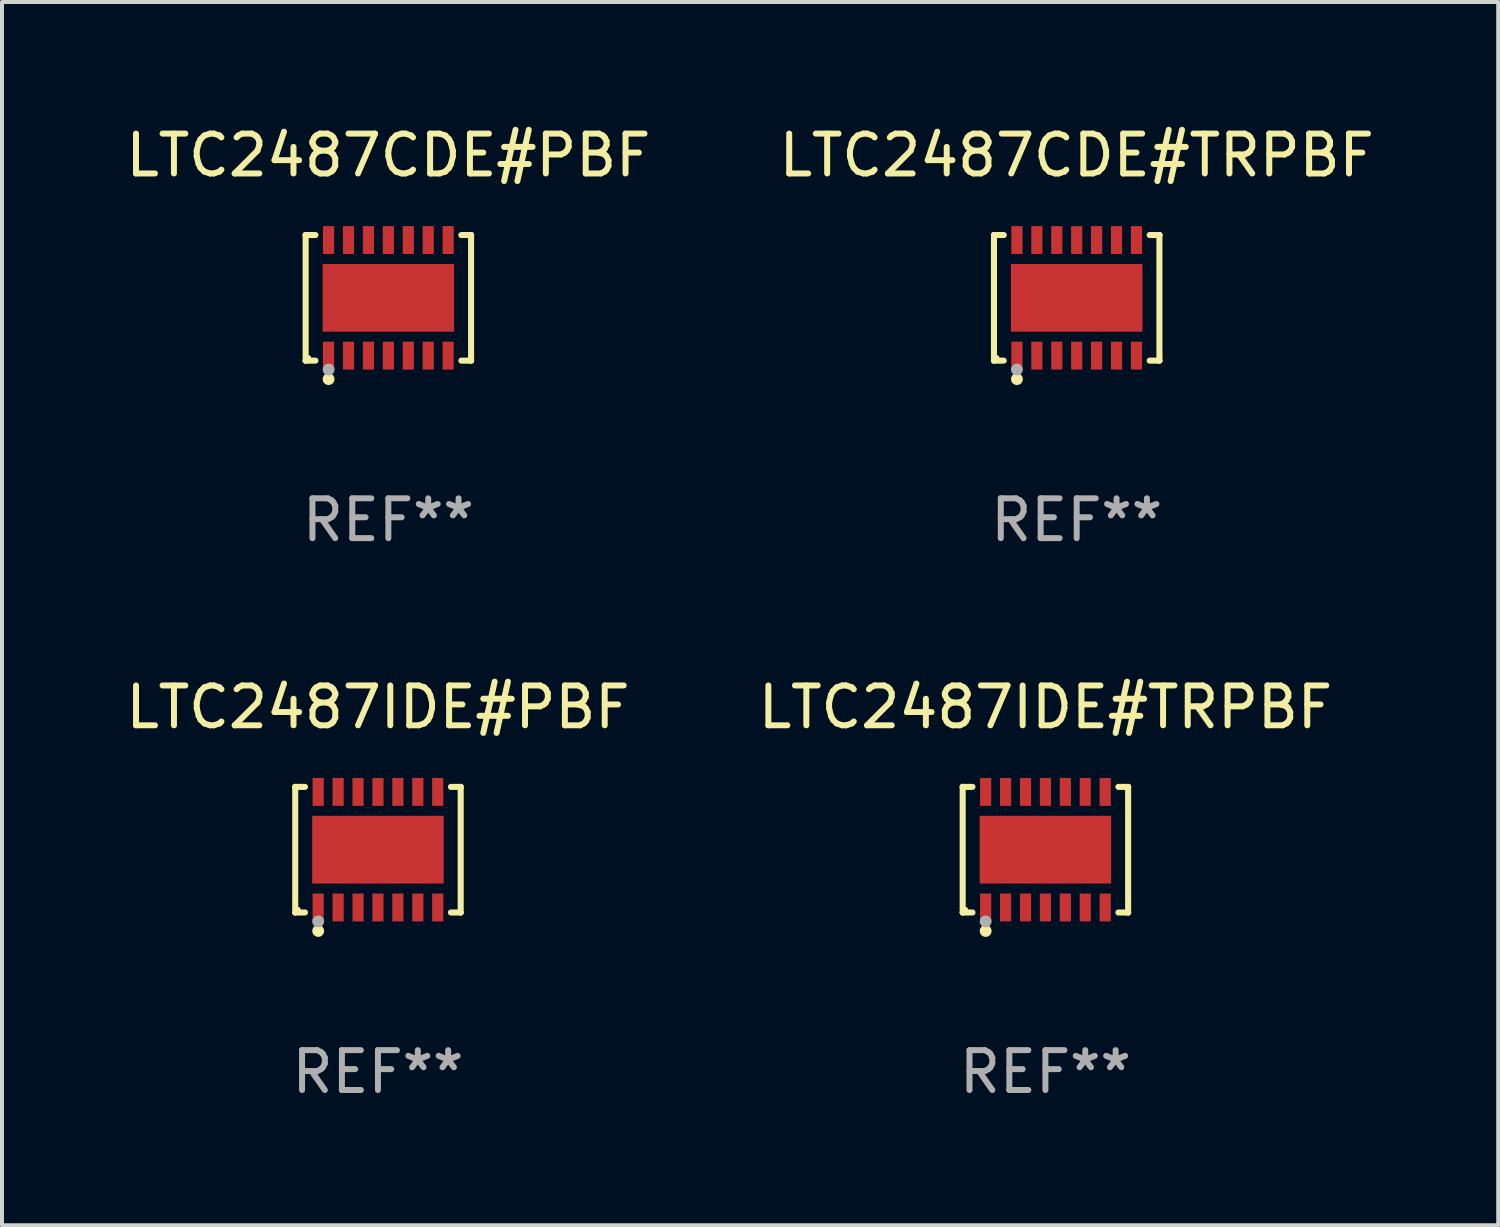
<source format=kicad_pcb>
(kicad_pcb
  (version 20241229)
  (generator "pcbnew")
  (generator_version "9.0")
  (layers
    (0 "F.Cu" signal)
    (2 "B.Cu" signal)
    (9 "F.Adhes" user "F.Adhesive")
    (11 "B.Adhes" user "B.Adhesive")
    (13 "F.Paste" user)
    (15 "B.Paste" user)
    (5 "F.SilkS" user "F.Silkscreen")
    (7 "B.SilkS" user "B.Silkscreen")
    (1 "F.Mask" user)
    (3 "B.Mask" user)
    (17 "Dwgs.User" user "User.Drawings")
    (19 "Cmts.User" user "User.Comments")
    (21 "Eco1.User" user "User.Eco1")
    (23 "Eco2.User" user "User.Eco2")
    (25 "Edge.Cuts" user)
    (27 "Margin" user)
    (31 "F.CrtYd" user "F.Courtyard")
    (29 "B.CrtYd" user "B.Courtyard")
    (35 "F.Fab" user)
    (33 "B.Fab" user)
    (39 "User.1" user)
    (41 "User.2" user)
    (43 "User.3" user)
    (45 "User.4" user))
  (footprint "LTC2487CDE#TRPBF"
    (layer "F.Cu")
    (at 23.97 4.424)
    (property "Reference" "LTC2487CDE#TRPBF" (at 0 -3.576 0) (layer "F.SilkS") (effects (font (size 1 1) (thickness 0.15))))
    (attr through_hole)
    (fp_line (start -2.076 -1.576) (end -2.076 -1.576) (stroke (width 0.152) (type solid)) (layer "F.SilkS"))
    (fp_line (start -2.076 -1.576) (end -1.831 -1.576) (stroke (width 0.152) (type solid)) (layer "F.SilkS"))
    (fp_line (start -2.076 1.576) (end -2.076 -1.576) (stroke (width 0.152) (type solid)) (layer "F.SilkS"))
    (fp_line (start -2.076 1.576) (end -2.076 1.576) (stroke (width 0.152) (type solid)) (layer "F.SilkS"))
    (fp_line (start -1.831 1.576) (end -2.076 1.576) (stroke (width 0.152) (type solid)) (layer "F.SilkS"))
    (fp_line (start 1.831 1.576) (end 2.076 1.576) (stroke (width 0.152) (type solid)) (layer "F.SilkS"))
    (fp_line (start 2.076 -1.576) (end 1.831 -1.576) (stroke (width 0.152) (type solid)) (layer "F.SilkS"))
    (fp_line (start 2.076 -1.576) (end 2.076 -1.576) (stroke (width 0.152) (type solid)) (layer "F.SilkS"))
    (fp_line (start 2.076 1.576) (end 2.076 -1.576) (stroke (width 0.152) (type solid)) (layer "F.SilkS"))
    (fp_line (start 2.076 1.576) (end 2.076 1.576) (stroke (width 0.152) (type solid)) (layer "F.SilkS"))
    (fp_circle (center -2 1.5) (end -1.97 1.5) (stroke (width 0.06) (type solid)) (fill no) (layer "F.SilkS"))
    (fp_circle (center -1.5 2.04) (end -1.425 2.04) (stroke (width 0.15) (type solid)) (fill no) (layer "F.SilkS"))
    (fp_circle (center -1.5 1.8) (end -1.425 1.8) (stroke (width 0.15) (type solid)) (fill no) (layer "F.Fab"))
    (fp_text user "REF**" (at 0 5.576 0) (layer "F.Fab") (effects (font (size 1 1) (thickness 0.15))))
    (pad "1" smd rect (at -1.5 1.45) (size 0.28 0.7) (layers "F.Cu" "F.Mask" "F.Paste"))
    (pad "2" smd rect (at -1 1.45) (size 0.28 0.7) (layers "F.Cu" "F.Mask" "F.Paste"))
    (pad "3" smd rect (at -0.5 1.45) (size 0.28 0.7) (layers "F.Cu" "F.Mask" "F.Paste"))
    (pad "4" smd rect (at 0 1.45) (size 0.28 0.7) (layers "F.Cu" "F.Mask" "F.Paste"))
    (pad "5" smd rect (at 0.5 1.45) (size 0.28 0.7) (layers "F.Cu" "F.Mask" "F.Paste"))
    (pad "6" smd rect (at 1 1.45) (size 0.28 0.7) (layers "F.Cu" "F.Mask" "F.Paste"))
    (pad "7" smd rect (at 1.5 1.45) (size 0.28 0.7) (layers "F.Cu" "F.Mask" "F.Paste"))
    (pad "8" smd rect (at 1.5 -1.45) (size 0.28 0.7) (layers "F.Cu" "F.Mask" "F.Paste"))
    (pad "9" smd rect (at 1 -1.45) (size 0.28 0.7) (layers "F.Cu" "F.Mask" "F.Paste"))
    (pad "10" smd rect (at 0.5 -1.45) (size 0.28 0.7) (layers "F.Cu" "F.Mask" "F.Paste"))
    (pad "11" smd rect (at 0 -1.45) (size 0.28 0.7) (layers "F.Cu" "F.Mask" "F.Paste"))
    (pad "12" smd rect (at -0.5 -1.45) (size 0.28 0.7) (layers "F.Cu" "F.Mask" "F.Paste"))
    (pad "13" smd rect (at -1 -1.45) (size 0.28 0.7) (layers "F.Cu" "F.Mask" "F.Paste"))
    (pad "14" smd rect (at -1.5 -1.45) (size 0.28 0.7) (layers "F.Cu" "F.Mask" "F.Paste"))
    (pad "15" smd rect (at 0 0) (size 3.3 1.7) (layers "F.Cu" "F.Mask" "F.Paste")))
  (footprint "LTC2487IDE#PBF"
    (layer "F.Cu")
    (at 6.435 18.273)
    (property "Reference" "LTC2487IDE#PBF" (at 0 -3.576 0) (layer "F.SilkS") (effects (font (size 1 1) (thickness 0.15))))
    (attr through_hole)
    (fp_line (start -2.076 -1.576) (end -2.076 -1.576) (stroke (width 0.152) (type solid)) (layer "F.SilkS"))
    (fp_line (start -2.076 -1.576) (end -1.831 -1.576) (stroke (width 0.152) (type solid)) (layer "F.SilkS"))
    (fp_line (start -2.076 1.576) (end -2.076 -1.576) (stroke (width 0.152) (type solid)) (layer "F.SilkS"))
    (fp_line (start -2.076 1.576) (end -2.076 1.576) (stroke (width 0.152) (type solid)) (layer "F.SilkS"))
    (fp_line (start -1.831 1.576) (end -2.076 1.576) (stroke (width 0.152) (type solid)) (layer "F.SilkS"))
    (fp_line (start 1.831 1.576) (end 2.076 1.576) (stroke (width 0.152) (type solid)) (layer "F.SilkS"))
    (fp_line (start 2.076 -1.576) (end 1.831 -1.576) (stroke (width 0.152) (type solid)) (layer "F.SilkS"))
    (fp_line (start 2.076 -1.576) (end 2.076 -1.576) (stroke (width 0.152) (type solid)) (layer "F.SilkS"))
    (fp_line (start 2.076 1.576) (end 2.076 -1.576) (stroke (width 0.152) (type solid)) (layer "F.SilkS"))
    (fp_line (start 2.076 1.576) (end 2.076 1.576) (stroke (width 0.152) (type solid)) (layer "F.SilkS"))
    (fp_circle (center -2 1.5) (end -1.97 1.5) (stroke (width 0.06) (type solid)) (fill no) (layer "F.SilkS"))
    (fp_circle (center -1.5 2.04) (end -1.425 2.04) (stroke (width 0.15) (type solid)) (fill no) (layer "F.SilkS"))
    (fp_circle (center -1.5 1.8) (end -1.425 1.8) (stroke (width 0.15) (type solid)) (fill no) (layer "F.Fab"))
    (fp_text user "REF**" (at 0 5.576 0) (layer "F.Fab") (effects (font (size 1 1) (thickness 0.15))))
    (pad "1" smd rect (at -1.5 1.45) (size 0.28 0.7) (layers "F.Cu" "F.Mask" "F.Paste"))
    (pad "2" smd rect (at -1 1.45) (size 0.28 0.7) (layers "F.Cu" "F.Mask" "F.Paste"))
    (pad "3" smd rect (at -0.5 1.45) (size 0.28 0.7) (layers "F.Cu" "F.Mask" "F.Paste"))
    (pad "4" smd rect (at 0 1.45) (size 0.28 0.7) (layers "F.Cu" "F.Mask" "F.Paste"))
    (pad "5" smd rect (at 0.5 1.45) (size 0.28 0.7) (layers "F.Cu" "F.Mask" "F.Paste"))
    (pad "6" smd rect (at 1 1.45) (size 0.28 0.7) (layers "F.Cu" "F.Mask" "F.Paste"))
    (pad "7" smd rect (at 1.5 1.45) (size 0.28 0.7) (layers "F.Cu" "F.Mask" "F.Paste"))
    (pad "8" smd rect (at 1.5 -1.45) (size 0.28 0.7) (layers "F.Cu" "F.Mask" "F.Paste"))
    (pad "9" smd rect (at 1 -1.45) (size 0.28 0.7) (layers "F.Cu" "F.Mask" "F.Paste"))
    (pad "10" smd rect (at 0.5 -1.45) (size 0.28 0.7) (layers "F.Cu" "F.Mask" "F.Paste"))
    (pad "11" smd rect (at 0 -1.45) (size 0.28 0.7) (layers "F.Cu" "F.Mask" "F.Paste"))
    (pad "12" smd rect (at -0.5 -1.45) (size 0.28 0.7) (layers "F.Cu" "F.Mask" "F.Paste"))
    (pad "13" smd rect (at -1 -1.45) (size 0.28 0.7) (layers "F.Cu" "F.Mask" "F.Paste"))
    (pad "14" smd rect (at -1.5 -1.45) (size 0.28 0.7) (layers "F.Cu" "F.Mask" "F.Paste"))
    (pad "15" smd rect (at 0 0) (size 3.3 1.7) (layers "F.Cu" "F.Mask" "F.Paste")))
  (footprint "LTC2487CDE#PBF"
    (layer "F.Cu")
    (at 6.696 4.424)
    (property "Reference" "LTC2487CDE#PBF" (at 0 -3.576 0) (layer "F.SilkS") (effects (font (size 1 1) (thickness 0.15))))
    (attr through_hole)
    (fp_line (start -2.076 -1.576) (end -2.076 -1.576) (stroke (width 0.152) (type solid)) (layer "F.SilkS"))
    (fp_line (start -2.076 -1.576) (end -1.831 -1.576) (stroke (width 0.152) (type solid)) (layer "F.SilkS"))
    (fp_line (start -2.076 1.576) (end -2.076 -1.576) (stroke (width 0.152) (type solid)) (layer "F.SilkS"))
    (fp_line (start -2.076 1.576) (end -2.076 1.576) (stroke (width 0.152) (type solid)) (layer "F.SilkS"))
    (fp_line (start -1.831 1.576) (end -2.076 1.576) (stroke (width 0.152) (type solid)) (layer "F.SilkS"))
    (fp_line (start 1.831 1.576) (end 2.076 1.576) (stroke (width 0.152) (type solid)) (layer "F.SilkS"))
    (fp_line (start 2.076 -1.576) (end 1.831 -1.576) (stroke (width 0.152) (type solid)) (layer "F.SilkS"))
    (fp_line (start 2.076 -1.576) (end 2.076 -1.576) (stroke (width 0.152) (type solid)) (layer "F.SilkS"))
    (fp_line (start 2.076 1.576) (end 2.076 -1.576) (stroke (width 0.152) (type solid)) (layer "F.SilkS"))
    (fp_line (start 2.076 1.576) (end 2.076 1.576) (stroke (width 0.152) (type solid)) (layer "F.SilkS"))
    (fp_circle (center -2 1.5) (end -1.97 1.5) (stroke (width 0.06) (type solid)) (fill no) (layer "F.SilkS"))
    (fp_circle (center -1.5 2.04) (end -1.425 2.04) (stroke (width 0.15) (type solid)) (fill no) (layer "F.SilkS"))
    (fp_circle (center -1.5 1.8) (end -1.425 1.8) (stroke (width 0.15) (type solid)) (fill no) (layer "F.Fab"))
    (fp_text user "REF**" (at 0 5.576 0) (layer "F.Fab") (effects (font (size 1 1) (thickness 0.15))))
    (pad "1" smd rect (at -1.5 1.45) (size 0.28 0.7) (layers "F.Cu" "F.Mask" "F.Paste"))
    (pad "2" smd rect (at -1 1.45) (size 0.28 0.7) (layers "F.Cu" "F.Mask" "F.Paste"))
    (pad "3" smd rect (at -0.5 1.45) (size 0.28 0.7) (layers "F.Cu" "F.Mask" "F.Paste"))
    (pad "4" smd rect (at 0 1.45) (size 0.28 0.7) (layers "F.Cu" "F.Mask" "F.Paste"))
    (pad "5" smd rect (at 0.5 1.45) (size 0.28 0.7) (layers "F.Cu" "F.Mask" "F.Paste"))
    (pad "6" smd rect (at 1 1.45) (size 0.28 0.7) (layers "F.Cu" "F.Mask" "F.Paste"))
    (pad "7" smd rect (at 1.5 1.45) (size 0.28 0.7) (layers "F.Cu" "F.Mask" "F.Paste"))
    (pad "8" smd rect (at 1.5 -1.45) (size 0.28 0.7) (layers "F.Cu" "F.Mask" "F.Paste"))
    (pad "9" smd rect (at 1 -1.45) (size 0.28 0.7) (layers "F.Cu" "F.Mask" "F.Paste"))
    (pad "10" smd rect (at 0.5 -1.45) (size 0.28 0.7) (layers "F.Cu" "F.Mask" "F.Paste"))
    (pad "11" smd rect (at 0 -1.45) (size 0.28 0.7) (layers "F.Cu" "F.Mask" "F.Paste"))
    (pad "12" smd rect (at -0.5 -1.45) (size 0.28 0.7) (layers "F.Cu" "F.Mask" "F.Paste"))
    (pad "13" smd rect (at -1 -1.45) (size 0.28 0.7) (layers "F.Cu" "F.Mask" "F.Paste"))
    (pad "14" smd rect (at -1.5 -1.45) (size 0.28 0.7) (layers "F.Cu" "F.Mask" "F.Paste"))
    (pad "15" smd rect (at 0 0) (size 3.3 1.7) (layers "F.Cu" "F.Mask" "F.Paste")))
  (footprint "LTC2487IDE#TRPBF"
    (layer "F.Cu")
    (at 23.185 18.273)
    (property "Reference" "LTC2487IDE#TRPBF" (at 0 -3.576 0) (layer "F.SilkS") (effects (font (size 1 1) (thickness 0.15))))
    (attr through_hole)
    (fp_line (start -2.076 -1.576) (end -2.076 -1.576) (stroke (width 0.152) (type solid)) (layer "F.SilkS"))
    (fp_line (start -2.076 -1.576) (end -1.831 -1.576) (stroke (width 0.152) (type solid)) (layer "F.SilkS"))
    (fp_line (start -2.076 1.576) (end -2.076 -1.576) (stroke (width 0.152) (type solid)) (layer "F.SilkS"))
    (fp_line (start -2.076 1.576) (end -2.076 1.576) (stroke (width 0.152) (type solid)) (layer "F.SilkS"))
    (fp_line (start -1.831 1.576) (end -2.076 1.576) (stroke (width 0.152) (type solid)) (layer "F.SilkS"))
    (fp_line (start 1.831 1.576) (end 2.076 1.576) (stroke (width 0.152) (type solid)) (layer "F.SilkS"))
    (fp_line (start 2.076 -1.576) (end 1.831 -1.576) (stroke (width 0.152) (type solid)) (layer "F.SilkS"))
    (fp_line (start 2.076 -1.576) (end 2.076 -1.576) (stroke (width 0.152) (type solid)) (layer "F.SilkS"))
    (fp_line (start 2.076 1.576) (end 2.076 -1.576) (stroke (width 0.152) (type solid)) (layer "F.SilkS"))
    (fp_line (start 2.076 1.576) (end 2.076 1.576) (stroke (width 0.152) (type solid)) (layer "F.SilkS"))
    (fp_circle (center -2 1.5) (end -1.97 1.5) (stroke (width 0.06) (type solid)) (fill no) (layer "F.SilkS"))
    (fp_circle (center -1.5 2.04) (end -1.425 2.04) (stroke (width 0.15) (type solid)) (fill no) (layer "F.SilkS"))
    (fp_circle (center -1.5 1.8) (end -1.425 1.8) (stroke (width 0.15) (type solid)) (fill no) (layer "F.Fab"))
    (fp_text user "REF**" (at 0 5.576 0) (layer "F.Fab") (effects (font (size 1 1) (thickness 0.15))))
    (pad "1" smd rect (at -1.5 1.45) (size 0.28 0.7) (layers "F.Cu" "F.Mask" "F.Paste"))
    (pad "2" smd rect (at -1 1.45) (size 0.28 0.7) (layers "F.Cu" "F.Mask" "F.Paste"))
    (pad "3" smd rect (at -0.5 1.45) (size 0.28 0.7) (layers "F.Cu" "F.Mask" "F.Paste"))
    (pad "4" smd rect (at 0 1.45) (size 0.28 0.7) (layers "F.Cu" "F.Mask" "F.Paste"))
    (pad "5" smd rect (at 0.5 1.45) (size 0.28 0.7) (layers "F.Cu" "F.Mask" "F.Paste"))
    (pad "6" smd rect (at 1 1.45) (size 0.28 0.7) (layers "F.Cu" "F.Mask" "F.Paste"))
    (pad "7" smd rect (at 1.5 1.45) (size 0.28 0.7) (layers "F.Cu" "F.Mask" "F.Paste"))
    (pad "8" smd rect (at 1.5 -1.45) (size 0.28 0.7) (layers "F.Cu" "F.Mask" "F.Paste"))
    (pad "9" smd rect (at 1 -1.45) (size 0.28 0.7) (layers "F.Cu" "F.Mask" "F.Paste"))
    (pad "10" smd rect (at 0.5 -1.45) (size 0.28 0.7) (layers "F.Cu" "F.Mask" "F.Paste"))
    (pad "11" smd rect (at 0 -1.45) (size 0.28 0.7) (layers "F.Cu" "F.Mask" "F.Paste"))
    (pad "12" smd rect (at -0.5 -1.45) (size 0.28 0.7) (layers "F.Cu" "F.Mask" "F.Paste"))
    (pad "13" smd rect (at -1 -1.45) (size 0.28 0.7) (layers "F.Cu" "F.Mask" "F.Paste"))
    (pad "14" smd rect (at -1.5 -1.45) (size 0.28 0.7) (layers "F.Cu" "F.Mask" "F.Paste"))
    (pad "15" smd rect (at 0 0) (size 3.3 1.7) (layers "F.Cu" "F.Mask" "F.Paste")))
  (gr_rect
    (start -3 -3)
    (end 34.548 27.698)
    (stroke (width 0.1) (type default))
    (fill no)
    (layer "Edge.Cuts")))
</source>
